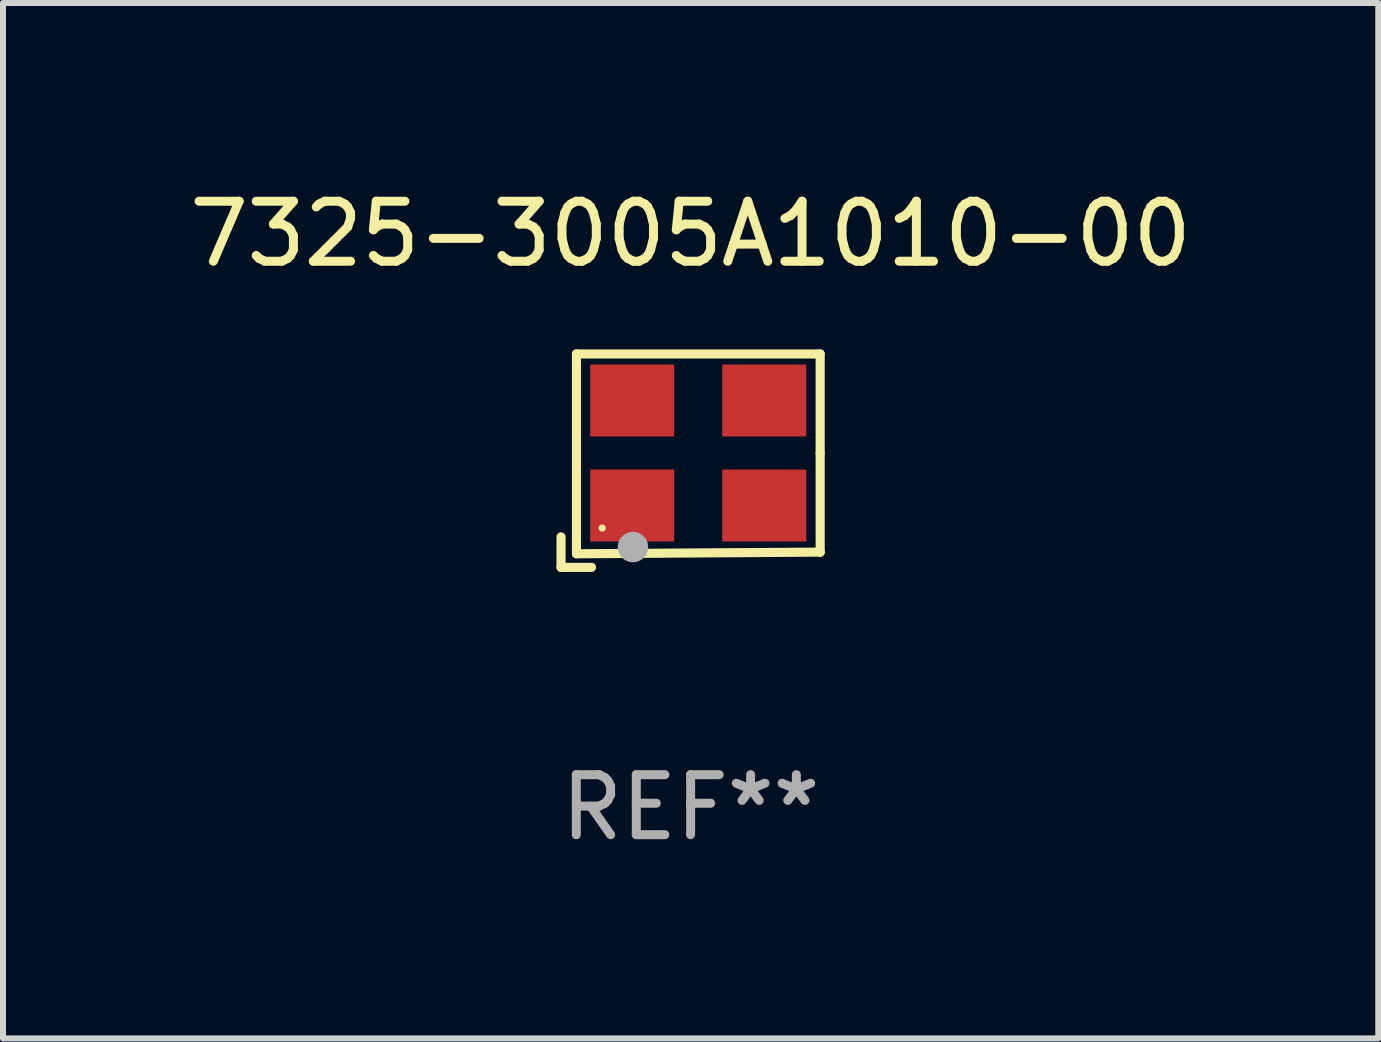
<source format=kicad_pcb>
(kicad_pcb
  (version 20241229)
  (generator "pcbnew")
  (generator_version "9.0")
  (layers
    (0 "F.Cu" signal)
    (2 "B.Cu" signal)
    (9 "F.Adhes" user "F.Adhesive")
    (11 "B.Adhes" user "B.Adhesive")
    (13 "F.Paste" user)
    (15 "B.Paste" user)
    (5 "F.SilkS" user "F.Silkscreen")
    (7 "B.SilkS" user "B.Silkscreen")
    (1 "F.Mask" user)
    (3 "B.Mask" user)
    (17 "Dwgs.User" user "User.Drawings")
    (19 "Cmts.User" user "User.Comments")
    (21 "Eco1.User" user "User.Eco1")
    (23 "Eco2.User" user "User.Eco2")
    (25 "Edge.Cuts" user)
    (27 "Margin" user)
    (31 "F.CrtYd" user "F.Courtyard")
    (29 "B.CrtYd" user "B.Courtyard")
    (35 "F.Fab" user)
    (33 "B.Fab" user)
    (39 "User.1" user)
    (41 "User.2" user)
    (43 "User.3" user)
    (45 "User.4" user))
  (footprint "7325-3005A1010-00"
    (layer "F.Cu")
    (at 8.458 4.626)
    (property "Reference" "7325-3005A1010-00" (at 0 -3.778 0) (layer "F.SilkS") (effects (font (size 1 1) (thickness 0.15))))
    (attr through_hole)
    (fp_line (start -2.159 1.27) (end -2.159 1.778) (stroke (width 0.152) (type solid)) (layer "F.SilkS"))
    (fp_line (start -2.159 1.778) (end -1.651 1.778) (stroke (width 0.152) (type solid)) (layer "F.SilkS"))
    (fp_line (start -1.902 -1.778) (end 2.159 -1.778) (stroke (width 0.152) (type solid)) (layer "F.SilkS"))
    (fp_line (start -1.902 1.552) (end -1.902 -1.778) (stroke (width 0.152) (type solid)) (layer "F.SilkS"))
    (fp_line (start 2.159 -1.778) (end 2.159 -0.127) (stroke (width 0.152) (type solid)) (layer "F.SilkS"))
    (fp_line (start 2.159 -0.127) (end 2.159 1.524) (stroke (width 0.152) (type solid)) (layer "F.SilkS"))
    (fp_line (start 2.159 1.524) (end -1.902 1.552) (stroke (width 0.152) (type solid)) (layer "F.SilkS"))
    (fp_line (start 2.159 1.524) (end 2.159 1.524) (stroke (width 0.152) (type solid)) (layer "F.SilkS"))
    (fp_circle (center -1.473 1.123) (end -1.443 1.123) (stroke (width 0.06) (type solid)) (fill no) (layer "F.SilkS"))
    (fp_circle (center -0.961 1.44) (end -0.834 1.44) (stroke (width 0.254) (type solid)) (fill no) (layer "F.Fab"))
    (fp_text user "REF**" (at 0 5.778 0) (layer "F.Fab") (effects (font (size 1 1) (thickness 0.15))))
    (pad "1" smd rect (at -0.973 0.748) (size 1.4 1.2) (layers "F.Cu" "F.Mask" "F.Paste"))
    (pad "2" smd rect (at 1.227 0.748) (size 1.4 1.2) (layers "F.Cu" "F.Mask" "F.Paste"))
    (pad "3" smd rect (at 1.227 -1.002) (size 1.4 1.2) (layers "F.Cu" "F.Mask" "F.Paste"))
    (pad "4" smd rect (at -0.973 -1.002) (size 1.4 1.2) (layers "F.Cu" "F.Mask" "F.Paste")))
  (gr_rect
    (start -3 -3)
    (end 19.917 14.253)
    (stroke (width 0.1) (type default))
    (fill no)
    (layer "Edge.Cuts")))
</source>
